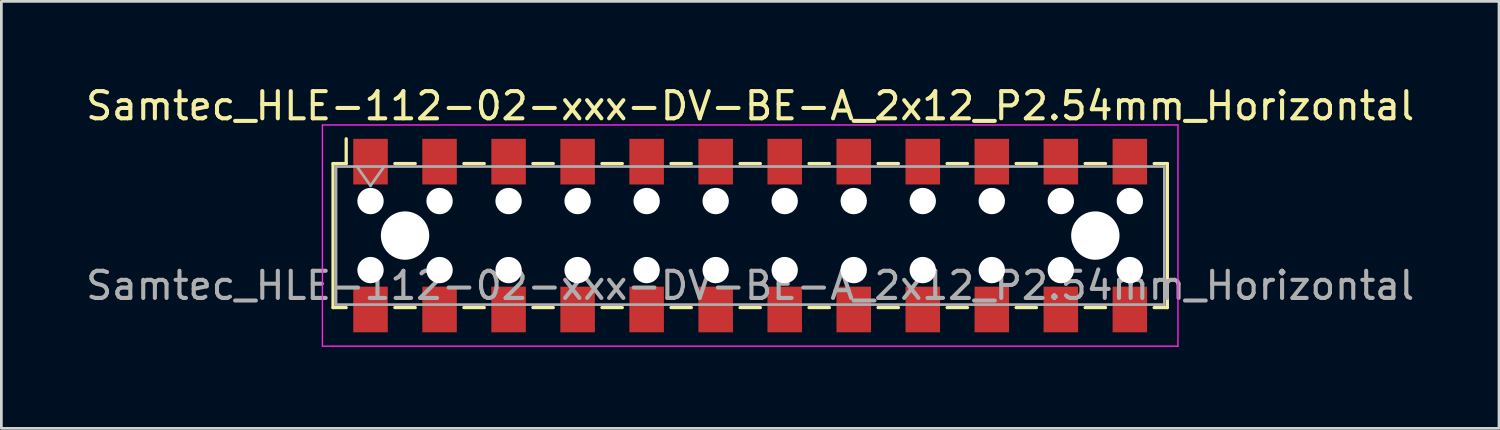
<source format=kicad_pcb>
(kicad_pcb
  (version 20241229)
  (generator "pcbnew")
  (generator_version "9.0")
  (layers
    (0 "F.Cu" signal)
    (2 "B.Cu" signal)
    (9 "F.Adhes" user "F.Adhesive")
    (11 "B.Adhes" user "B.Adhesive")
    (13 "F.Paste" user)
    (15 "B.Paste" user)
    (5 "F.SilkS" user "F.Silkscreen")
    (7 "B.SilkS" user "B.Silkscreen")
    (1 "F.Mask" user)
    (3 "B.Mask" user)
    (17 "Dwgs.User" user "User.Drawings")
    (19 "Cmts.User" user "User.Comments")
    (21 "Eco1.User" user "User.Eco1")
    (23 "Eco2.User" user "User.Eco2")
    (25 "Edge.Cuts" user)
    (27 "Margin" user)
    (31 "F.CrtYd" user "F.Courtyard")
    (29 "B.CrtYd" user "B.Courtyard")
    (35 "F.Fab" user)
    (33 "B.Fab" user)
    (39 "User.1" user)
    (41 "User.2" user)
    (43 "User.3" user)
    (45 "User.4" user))
  (footprint "Samtec_HLE-112-02-xxx-DV-BE-A_2x12_P2.54mm_Horizontal"
    (layer "F.Cu")
    (at 24.554 5.618)
    (property "Reference" "Samtec_HLE-112-02-xxx-DV-BE-A_2x12_P2.54mm_Horizontal" (at 0 -4.77 0) (layer "F.SilkS") (effects (font (size 1 1) (thickness 0.15))))
    (attr smd)
    (fp_line (start -15.35 -2.65) (end -15.35 2.65) (stroke (width 0.12) (type solid)) (layer "F.SilkS"))
    (fp_line (start -15.35 2.65) (end -14.865 2.65) (stroke (width 0.12) (type solid)) (layer "F.SilkS"))
    (fp_line (start -14.865 -3.56) (end -14.865 -2.65) (stroke (width 0.12) (type solid)) (layer "F.SilkS"))
    (fp_line (start -14.865 -2.65) (end -15.35 -2.65) (stroke (width 0.12) (type solid)) (layer "F.SilkS"))
    (fp_line (start -13.075 -2.65) (end -12.325 -2.65) (stroke (width 0.12) (type solid)) (layer "F.SilkS"))
    (fp_line (start -13.075 2.65) (end -12.325 2.65) (stroke (width 0.12) (type solid)) (layer "F.SilkS"))
    (fp_line (start -10.535 -2.65) (end -9.785 -2.65) (stroke (width 0.12) (type solid)) (layer "F.SilkS"))
    (fp_line (start -10.535 2.65) (end -9.785 2.65) (stroke (width 0.12) (type solid)) (layer "F.SilkS"))
    (fp_line (start -7.995 -2.65) (end -7.245 -2.65) (stroke (width 0.12) (type solid)) (layer "F.SilkS"))
    (fp_line (start -7.995 2.65) (end -7.245 2.65) (stroke (width 0.12) (type solid)) (layer "F.SilkS"))
    (fp_line (start -5.455 -2.65) (end -4.705 -2.65) (stroke (width 0.12) (type solid)) (layer "F.SilkS"))
    (fp_line (start -5.455 2.65) (end -4.705 2.65) (stroke (width 0.12) (type solid)) (layer "F.SilkS"))
    (fp_line (start -2.915 -2.65) (end -2.165 -2.65) (stroke (width 0.12) (type solid)) (layer "F.SilkS"))
    (fp_line (start -2.915 2.65) (end -2.165 2.65) (stroke (width 0.12) (type solid)) (layer "F.SilkS"))
    (fp_line (start -0.375 -2.65) (end 0.375 -2.65) (stroke (width 0.12) (type solid)) (layer "F.SilkS"))
    (fp_line (start -0.375 2.65) (end 0.375 2.65) (stroke (width 0.12) (type solid)) (layer "F.SilkS"))
    (fp_line (start 2.165 -2.65) (end 2.915 -2.65) (stroke (width 0.12) (type solid)) (layer "F.SilkS"))
    (fp_line (start 2.165 2.65) (end 2.915 2.65) (stroke (width 0.12) (type solid)) (layer "F.SilkS"))
    (fp_line (start 4.705 -2.65) (end 5.455 -2.65) (stroke (width 0.12) (type solid)) (layer "F.SilkS"))
    (fp_line (start 4.705 2.65) (end 5.455 2.65) (stroke (width 0.12) (type solid)) (layer "F.SilkS"))
    (fp_line (start 7.245 -2.65) (end 7.995 -2.65) (stroke (width 0.12) (type solid)) (layer "F.SilkS"))
    (fp_line (start 7.245 2.65) (end 7.995 2.65) (stroke (width 0.12) (type solid)) (layer "F.SilkS"))
    (fp_line (start 9.785 -2.65) (end 10.535 -2.65) (stroke (width 0.12) (type solid)) (layer "F.SilkS"))
    (fp_line (start 9.785 2.65) (end 10.535 2.65) (stroke (width 0.12) (type solid)) (layer "F.SilkS"))
    (fp_line (start 12.325 -2.65) (end 13.075 -2.65) (stroke (width 0.12) (type solid)) (layer "F.SilkS"))
    (fp_line (start 12.325 2.65) (end 13.075 2.65) (stroke (width 0.12) (type solid)) (layer "F.SilkS"))
    (fp_line (start 14.865 -2.65) (end 15.35 -2.65) (stroke (width 0.12) (type solid)) (layer "F.SilkS"))
    (fp_line (start 15.35 -2.65) (end 15.35 2.65) (stroke (width 0.12) (type solid)) (layer "F.SilkS"))
    (fp_line (start 15.35 2.65) (end 14.865 2.65) (stroke (width 0.12) (type solid)) (layer "F.SilkS"))
    (fp_line (start -15.74 -4.07) (end 15.74 -4.07) (stroke (width 0.05) (type solid)) (layer "F.CrtYd"))
    (fp_line (start -15.74 4.07) (end -15.74 -4.07) (stroke (width 0.05) (type solid)) (layer "F.CrtYd"))
    (fp_line (start 15.74 -4.07) (end 15.74 4.07) (stroke (width 0.05) (type solid)) (layer "F.CrtYd"))
    (fp_line (start 15.74 4.07) (end -15.74 4.07) (stroke (width 0.05) (type solid)) (layer "F.CrtYd"))
    (fp_line (start -15.24 -2.54) (end 15.24 -2.54) (stroke (width 0.1) (type solid)) (layer "F.Fab"))
    (fp_line (start -15.24 2.54) (end -15.24 -2.54) (stroke (width 0.1) (type solid)) (layer "F.Fab"))
    (fp_line (start -14.47 -2.54) (end -13.97 -1.833) (stroke (width 0.1) (type solid)) (layer "F.Fab"))
    (fp_line (start -13.97 -1.833) (end -13.47 -2.54) (stroke (width 0.1) (type solid)) (layer "F.Fab"))
    (fp_line (start 15.24 -2.54) (end 15.24 2.54) (stroke (width 0.1) (type solid)) (layer "F.Fab"))
    (fp_line (start 15.24 2.54) (end -15.24 2.54) (stroke (width 0.1) (type solid)) (layer "F.Fab"))
    (fp_text user "${REFERENCE}" (at 0 1.84 0) (layer "F.Fab") (effects (font (size 1 1) (thickness 0.15))))
    (pad "" np_thru_hole circle (at -13.97 -1.27) (size 0.97 0.97) (drill 0.97) (layers "*.Cu" "*.Mask"))
    (pad "" np_thru_hole circle (at -13.97 1.27) (size 0.97 0.97) (drill 0.97) (layers "*.Cu" "*.Mask"))
    (pad "" np_thru_hole circle (at -12.7 0) (size 1.78 1.78) (drill 1.78) (layers "*.Cu" "*.Mask"))
    (pad "" np_thru_hole circle (at -11.43 -1.27) (size 0.97 0.97) (drill 0.97) (layers "*.Cu" "*.Mask"))
    (pad "" np_thru_hole circle (at -11.43 1.27) (size 0.97 0.97) (drill 0.97) (layers "*.Cu" "*.Mask"))
    (pad "" np_thru_hole circle (at -8.89 -1.27) (size 0.97 0.97) (drill 0.97) (layers "*.Cu" "*.Mask"))
    (pad "" np_thru_hole circle (at -8.89 1.27) (size 0.97 0.97) (drill 0.97) (layers "*.Cu" "*.Mask"))
    (pad "" np_thru_hole circle (at -6.35 -1.27) (size 0.97 0.97) (drill 0.97) (layers "*.Cu" "*.Mask"))
    (pad "" np_thru_hole circle (at -6.35 1.27) (size 0.97 0.97) (drill 0.97) (layers "*.Cu" "*.Mask"))
    (pad "" np_thru_hole circle (at -3.81 -1.27) (size 0.97 0.97) (drill 0.97) (layers "*.Cu" "*.Mask"))
    (pad "" np_thru_hole circle (at -3.81 1.27) (size 0.97 0.97) (drill 0.97) (layers "*.Cu" "*.Mask"))
    (pad "" np_thru_hole circle (at -1.27 -1.27) (size 0.97 0.97) (drill 0.97) (layers "*.Cu" "*.Mask"))
    (pad "" np_thru_hole circle (at -1.27 1.27) (size 0.97 0.97) (drill 0.97) (layers "*.Cu" "*.Mask"))
    (pad "" np_thru_hole circle (at 1.27 -1.27) (size 0.97 0.97) (drill 0.97) (layers "*.Cu" "*.Mask"))
    (pad "" np_thru_hole circle (at 1.27 1.27) (size 0.97 0.97) (drill 0.97) (layers "*.Cu" "*.Mask"))
    (pad "" np_thru_hole circle (at 3.81 -1.27) (size 0.97 0.97) (drill 0.97) (layers "*.Cu" "*.Mask"))
    (pad "" np_thru_hole circle (at 3.81 1.27) (size 0.97 0.97) (drill 0.97) (layers "*.Cu" "*.Mask"))
    (pad "" np_thru_hole circle (at 6.35 -1.27) (size 0.97 0.97) (drill 0.97) (layers "*.Cu" "*.Mask"))
    (pad "" np_thru_hole circle (at 6.35 1.27) (size 0.97 0.97) (drill 0.97) (layers "*.Cu" "*.Mask"))
    (pad "" np_thru_hole circle (at 8.89 -1.27) (size 0.97 0.97) (drill 0.97) (layers "*.Cu" "*.Mask"))
    (pad "" np_thru_hole circle (at 8.89 1.27) (size 0.97 0.97) (drill 0.97) (layers "*.Cu" "*.Mask"))
    (pad "" np_thru_hole circle (at 11.43 -1.27) (size 0.97 0.97) (drill 0.97) (layers "*.Cu" "*.Mask"))
    (pad "" np_thru_hole circle (at 11.43 1.27) (size 0.97 0.97) (drill 0.97) (layers "*.Cu" "*.Mask"))
    (pad "" np_thru_hole circle (at 12.7 0) (size 1.78 1.78) (drill 1.78) (layers "*.Cu" "*.Mask"))
    (pad "" np_thru_hole circle (at 13.97 -1.27) (size 0.97 0.97) (drill 0.97) (layers "*.Cu" "*.Mask"))
    (pad "" np_thru_hole circle (at 13.97 1.27) (size 0.97 0.97) (drill 0.97) (layers "*.Cu" "*.Mask"))
    (pad "1" smd rect (at -13.97 -2.72) (size 1.27 1.68) (layers "F.Cu" "F.Mask" "F.Paste"))
    (pad "2" smd rect (at -13.97 2.72) (size 1.27 1.68) (layers "F.Cu" "F.Mask" "F.Paste"))
    (pad "3" smd rect (at -11.43 -2.72) (size 1.27 1.68) (layers "F.Cu" "F.Mask" "F.Paste"))
    (pad "4" smd rect (at -11.43 2.72) (size 1.27 1.68) (layers "F.Cu" "F.Mask" "F.Paste"))
    (pad "5" smd rect (at -8.89 -2.72) (size 1.27 1.68) (layers "F.Cu" "F.Mask" "F.Paste"))
    (pad "6" smd rect (at -8.89 2.72) (size 1.27 1.68) (layers "F.Cu" "F.Mask" "F.Paste"))
    (pad "7" smd rect (at -6.35 -2.72) (size 1.27 1.68) (layers "F.Cu" "F.Mask" "F.Paste"))
    (pad "8" smd rect (at -6.35 2.72) (size 1.27 1.68) (layers "F.Cu" "F.Mask" "F.Paste"))
    (pad "9" smd rect (at -3.81 -2.72) (size 1.27 1.68) (layers "F.Cu" "F.Mask" "F.Paste"))
    (pad "10" smd rect (at -3.81 2.72) (size 1.27 1.68) (layers "F.Cu" "F.Mask" "F.Paste"))
    (pad "11" smd rect (at -1.27 -2.72) (size 1.27 1.68) (layers "F.Cu" "F.Mask" "F.Paste"))
    (pad "12" smd rect (at -1.27 2.72) (size 1.27 1.68) (layers "F.Cu" "F.Mask" "F.Paste"))
    (pad "13" smd rect (at 1.27 -2.72) (size 1.27 1.68) (layers "F.Cu" "F.Mask" "F.Paste"))
    (pad "14" smd rect (at 1.27 2.72) (size 1.27 1.68) (layers "F.Cu" "F.Mask" "F.Paste"))
    (pad "15" smd rect (at 3.81 -2.72) (size 1.27 1.68) (layers "F.Cu" "F.Mask" "F.Paste"))
    (pad "16" smd rect (at 3.81 2.72) (size 1.27 1.68) (layers "F.Cu" "F.Mask" "F.Paste"))
    (pad "17" smd rect (at 6.35 -2.72) (size 1.27 1.68) (layers "F.Cu" "F.Mask" "F.Paste"))
    (pad "18" smd rect (at 6.35 2.72) (size 1.27 1.68) (layers "F.Cu" "F.Mask" "F.Paste"))
    (pad "19" smd rect (at 8.89 -2.72) (size 1.27 1.68) (layers "F.Cu" "F.Mask" "F.Paste"))
    (pad "20" smd rect (at 8.89 2.72) (size 1.27 1.68) (layers "F.Cu" "F.Mask" "F.Paste"))
    (pad "21" smd rect (at 11.43 -2.72) (size 1.27 1.68) (layers "F.Cu" "F.Mask" "F.Paste"))
    (pad "22" smd rect (at 11.43 2.72) (size 1.27 1.68) (layers "F.Cu" "F.Mask" "F.Paste"))
    (pad "23" smd rect (at 13.97 -2.72) (size 1.27 1.68) (layers "F.Cu" "F.Mask" "F.Paste"))
    (pad "24" smd rect (at 13.97 2.72) (size 1.27 1.68) (layers "F.Cu" "F.Mask" "F.Paste")))
  (gr_rect
    (start -3 -3)
    (end 52.107 12.713)
    (stroke (width 0.1) (type default))
    (fill no)
    (layer "Edge.Cuts")))
</source>
